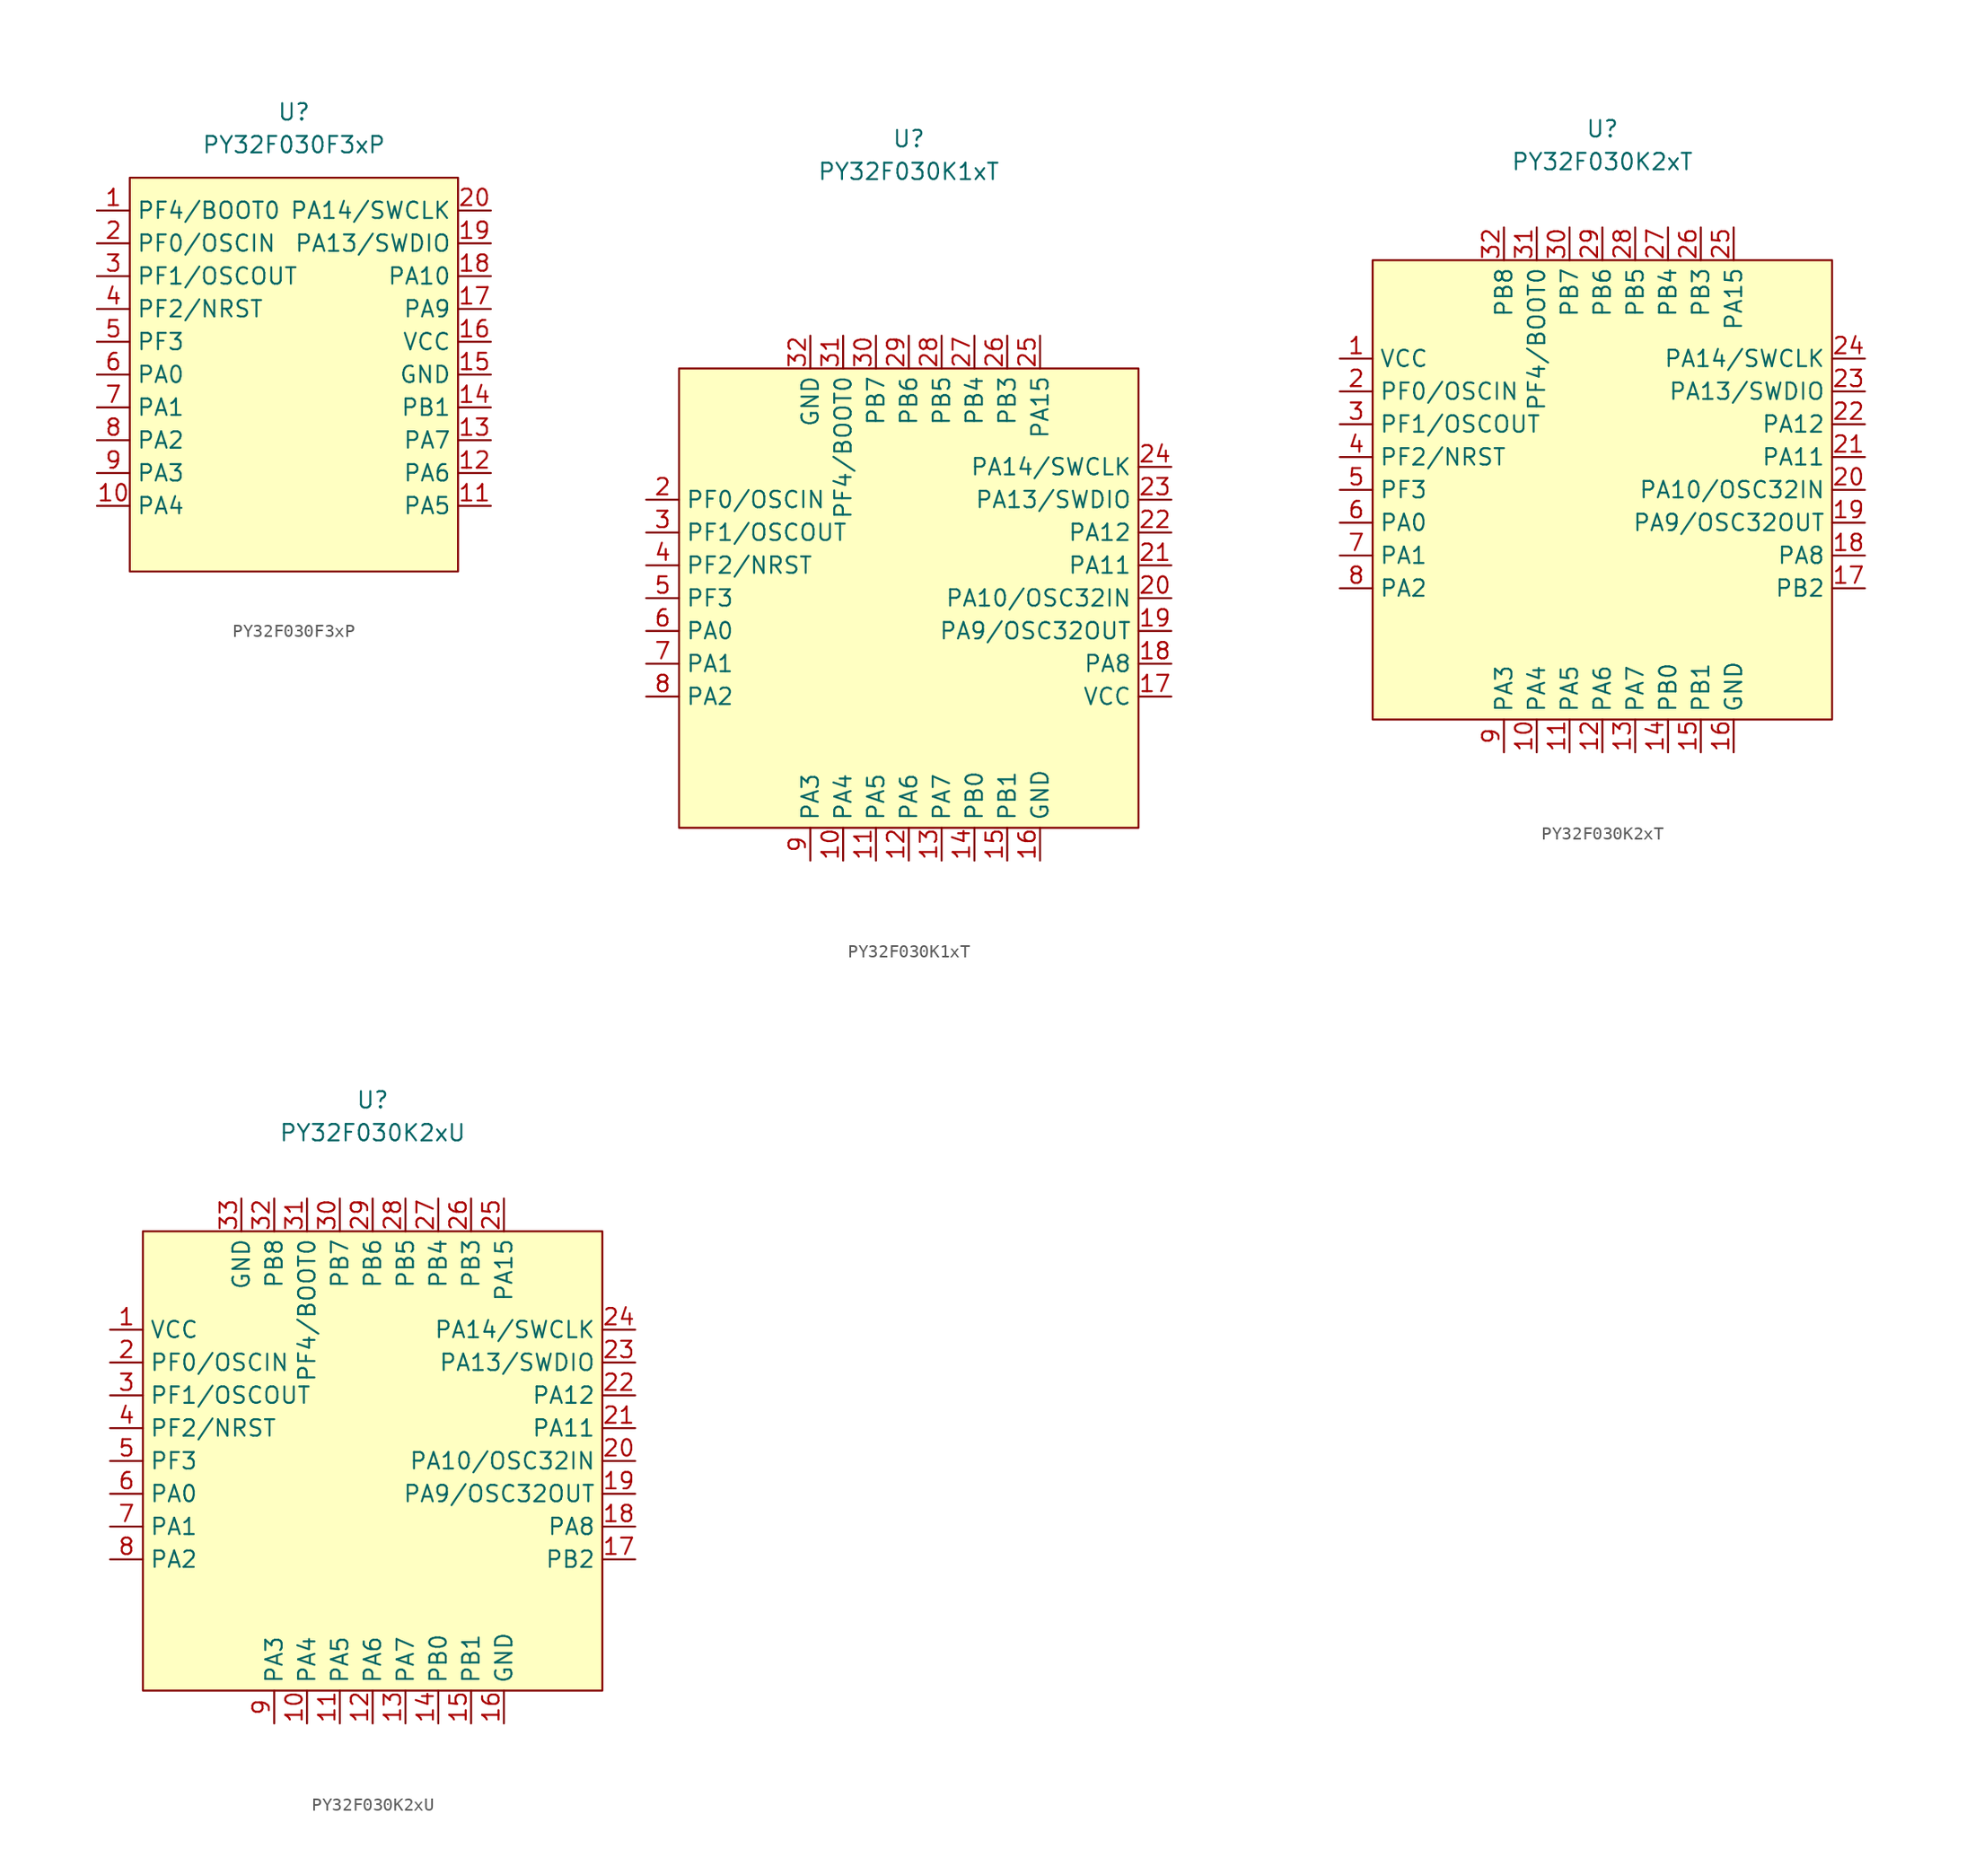
<source format=kicad_sym>
(kicad_symbol_lib
  (version 20220914)
  (generator kicad_symbol_editor)
  (symbol "PY32F030F3xP"
    (property "Reference" "U"
      (at 0 20.32 0)
      (effects (font (size 1.27 1.27))))
    (property "Value" "PY32F030F3xP"
      (at 0 17.78 0)
      (effects (font (size 1.27 1.27))))
    (symbol "PY32F030F3xP_0_1"
      (rectangle (start -12.7 15.24) (end 12.7 -15.24) (stroke (width 0) (type default)) (fill (type background))))
    (symbol "PY32F030F3xP_1_1"
      (pin bidirectional line (at -15.24 12.7 0) (length 2.54) (name "PF4/BOOT0" (effects (font (size 1.27 1.27)))) (number "1" (effects (font (size 1.27 1.27)))))
      (pin bidirectional line (at -15.24 -10.16 0) (length 2.54) (name "PA4" (effects (font (size 1.27 1.27)))) (number "10" (effects (font (size 1.27 1.27)))))
      (pin bidirectional line (at 15.24 -10.16 180) (length 2.54) (name "PA5" (effects (font (size 1.27 1.27)))) (number "11" (effects (font (size 1.27 1.27)))))
      (pin bidirectional line (at 15.24 -7.62 180) (length 2.54) (name "PA6" (effects (font (size 1.27 1.27)))) (number "12" (effects (font (size 1.27 1.27)))))
      (pin bidirectional line (at 15.24 -5.08 180) (length 2.54) (name "PA7" (effects (font (size 1.27 1.27)))) (number "13" (effects (font (size 1.27 1.27)))))
      (pin bidirectional line (at 15.24 -2.54 180) (length 2.54) (name "PB1" (effects (font (size 1.27 1.27)))) (number "14" (effects (font (size 1.27 1.27)))))
      (pin power_in line (at 15.24 0 180) (length 2.54) (name "GND" (effects (font (size 1.27 1.27)))) (number "15" (effects (font (size 1.27 1.27)))))
      (pin power_in line (at 15.24 2.54 180) (length 2.54) (name "VCC" (effects (font (size 1.27 1.27)))) (number "16" (effects (font (size 1.27 1.27)))))
      (pin bidirectional line (at 15.24 5.08 180) (length 2.54) (name "PA9" (effects (font (size 1.27 1.27)))) (number "17" (effects (font (size 1.27 1.27)))))
      (pin bidirectional line (at 15.24 7.62 180) (length 2.54) (name "PA10" (effects (font (size 1.27 1.27)))) (number "18" (effects (font (size 1.27 1.27)))))
      (pin bidirectional line (at 15.24 10.16 180) (length 2.54) (name "PA13/SWDIO" (effects (font (size 1.27 1.27)))) (number "19" (effects (font (size 1.27 1.27)))))
      (pin bidirectional line (at -15.24 10.16 0) (length 2.54) (name "PF0/OSCIN" (effects (font (size 1.27 1.27)))) (number "2" (effects (font (size 1.27 1.27)))))
      (pin bidirectional line (at 15.24 12.7 180) (length 2.54) (name "PA14/SWCLK" (effects (font (size 1.27 1.27)))) (number "20" (effects (font (size 1.27 1.27)))))
      (pin bidirectional line (at -15.24 7.62 0) (length 2.54) (name "PF1/OSCOUT" (effects (font (size 1.27 1.27)))) (number "3" (effects (font (size 1.27 1.27)))))
      (pin bidirectional line (at -15.24 5.08 0) (length 2.54) (name "PF2/NRST" (effects (font (size 1.27 1.27)))) (number "4" (effects (font (size 1.27 1.27)))))
      (pin bidirectional line (at -15.24 2.54 0) (length 2.54) (name "PF3" (effects (font (size 1.27 1.27)))) (number "5" (effects (font (size 1.27 1.27)))))
      (pin bidirectional line (at -15.24 0 0) (length 2.54) (name "PA0" (effects (font (size 1.27 1.27)))) (number "6" (effects (font (size 1.27 1.27)))))
      (pin bidirectional line (at -15.24 -2.54 0) (length 2.54) (name "PA1" (effects (font (size 1.27 1.27)))) (number "7" (effects (font (size 1.27 1.27)))))
      (pin bidirectional line (at -15.24 -5.08 0) (length 2.54) (name "PA2" (effects (font (size 1.27 1.27)))) (number "8" (effects (font (size 1.27 1.27)))))
      (pin bidirectional line (at -15.24 -7.62 0) (length 2.54) (name "PA3" (effects (font (size 1.27 1.27)))) (number "9" (effects (font (size 1.27 1.27)))))))
  (symbol "PY32F030K1xT"
    (property "Reference" "U"
      (at 0 35.56 0)
      (effects (font (size 1.27 1.27))))
    (property "Value" "PY32F030K1xT"
      (at 0 33.02 0)
      (effects (font (size 1.27 1.27))))
    (symbol "PY32F030K1xT_0_1"
      (rectangle (start -17.78 17.78) (end 17.78 -17.78) (stroke (width 0) (type default)) (fill (type background))))
    (symbol "PY32F030K1xT_1_1"
      (pin no_connect line (at -17.78 10.16 0) (length 2.54) hide (name "NC" (effects (font (size 1.27 1.27)))) (number "1" (effects (font (size 1.27 1.27)))))
      (pin bidirectional line (at -5.08 -20.32 90) (length 2.54) (name "PA4" (effects (font (size 1.27 1.27)))) (number "10" (effects (font (size 1.27 1.27)))))
      (pin bidirectional line (at -2.54 -20.32 90) (length 2.54) (name "PA5" (effects (font (size 1.27 1.27)))) (number "11" (effects (font (size 1.27 1.27)))))
      (pin bidirectional line (at 0 -20.32 90) (length 2.54) (name "PA6" (effects (font (size 1.27 1.27)))) (number "12" (effects (font (size 1.27 1.27)))))
      (pin bidirectional line (at 2.54 -20.32 90) (length 2.54) (name "PA7" (effects (font (size 1.27 1.27)))) (number "13" (effects (font (size 1.27 1.27)))))
      (pin bidirectional line (at 5.08 -20.32 90) (length 2.54) (name "PB0" (effects (font (size 1.27 1.27)))) (number "14" (effects (font (size 1.27 1.27)))))
      (pin bidirectional line (at 7.62 -20.32 90) (length 2.54) (name "PB1" (effects (font (size 1.27 1.27)))) (number "15" (effects (font (size 1.27 1.27)))))
      (pin power_in line (at 10.16 -20.32 90) (length 2.54) (name "GND" (effects (font (size 1.27 1.27)))) (number "16" (effects (font (size 1.27 1.27)))))
      (pin power_in line (at 20.32 -7.62 180) (length 2.54) (name "VCC" (effects (font (size 1.27 1.27)))) (number "17" (effects (font (size 1.27 1.27)))))
      (pin bidirectional line (at 20.32 -5.08 180) (length 2.54) (name "PA8" (effects (font (size 1.27 1.27)))) (number "18" (effects (font (size 1.27 1.27)))))
      (pin bidirectional line (at 20.32 -2.54 180) (length 2.54) (name "PA9/OSC32OUT" (effects (font (size 1.27 1.27)))) (number "19" (effects (font (size 1.27 1.27)))))
      (pin bidirectional line (at -20.32 7.62 0) (length 2.54) (name "PF0/OSCIN" (effects (font (size 1.27 1.27)))) (number "2" (effects (font (size 1.27 1.27)))))
      (pin bidirectional line (at 20.32 0 180) (length 2.54) (name "PA10/OSC32IN" (effects (font (size 1.27 1.27)))) (number "20" (effects (font (size 1.27 1.27)))))
      (pin bidirectional line (at 20.32 2.54 180) (length 2.54) (name "PA11" (effects (font (size 1.27 1.27)))) (number "21" (effects (font (size 1.27 1.27)))))
      (pin bidirectional line (at 20.32 5.08 180) (length 2.54) (name "PA12" (effects (font (size 1.27 1.27)))) (number "22" (effects (font (size 1.27 1.27)))))
      (pin bidirectional line (at 20.32 7.62 180) (length 2.54) (name "PA13/SWDIO" (effects (font (size 1.27 1.27)))) (number "23" (effects (font (size 1.27 1.27)))))
      (pin bidirectional line (at 20.32 10.16 180) (length 2.54) (name "PA14/SWCLK" (effects (font (size 1.27 1.27)))) (number "24" (effects (font (size 1.27 1.27)))))
      (pin bidirectional line (at 10.16 20.32 270) (length 2.54) (name "PA15" (effects (font (size 1.27 1.27)))) (number "25" (effects (font (size 1.27 1.27)))))
      (pin bidirectional line (at 7.62 20.32 270) (length 2.54) (name "PB3" (effects (font (size 1.27 1.27)))) (number "26" (effects (font (size 1.27 1.27)))))
      (pin bidirectional line (at 5.08 20.32 270) (length 2.54) (name "PB4" (effects (font (size 1.27 1.27)))) (number "27" (effects (font (size 1.27 1.27)))))
      (pin bidirectional line (at 2.54 20.32 270) (length 2.54) (name "PB5" (effects (font (size 1.27 1.27)))) (number "28" (effects (font (size 1.27 1.27)))))
      (pin bidirectional line (at 0 20.32 270) (length 2.54) (name "PB6" (effects (font (size 1.27 1.27)))) (number "29" (effects (font (size 1.27 1.27)))))
      (pin bidirectional line (at -20.32 5.08 0) (length 2.54) (name "PF1/OSCOUT" (effects (font (size 1.27 1.27)))) (number "3" (effects (font (size 1.27 1.27)))))
      (pin bidirectional line (at -2.54 20.32 270) (length 2.54) (name "PB7" (effects (font (size 1.27 1.27)))) (number "30" (effects (font (size 1.27 1.27)))))
      (pin bidirectional line (at -5.08 20.32 270) (length 2.54) (name "PF4/BOOT0" (effects (font (size 1.27 1.27)))) (number "31" (effects (font (size 1.27 1.27)))))
      (pin power_in line (at -7.62 20.32 270) (length 2.54) (name "GND" (effects (font (size 1.27 1.27)))) (number "32" (effects (font (size 1.27 1.27)))))
      (pin bidirectional line (at -20.32 2.54 0) (length 2.54) (name "PF2/NRST" (effects (font (size 1.27 1.27)))) (number "4" (effects (font (size 1.27 1.27)))))
      (pin bidirectional line (at -20.32 0 0) (length 2.54) (name "PF3" (effects (font (size 1.27 1.27)))) (number "5" (effects (font (size 1.27 1.27)))))
      (pin bidirectional line (at -20.32 -2.54 0) (length 2.54) (name "PA0" (effects (font (size 1.27 1.27)))) (number "6" (effects (font (size 1.27 1.27)))))
      (pin bidirectional line (at -20.32 -5.08 0) (length 2.54) (name "PA1" (effects (font (size 1.27 1.27)))) (number "7" (effects (font (size 1.27 1.27)))))
      (pin bidirectional line (at -20.32 -7.62 0) (length 2.54) (name "PA2" (effects (font (size 1.27 1.27)))) (number "8" (effects (font (size 1.27 1.27)))))
      (pin bidirectional line (at -7.62 -20.32 90) (length 2.54) (name "PA3" (effects (font (size 1.27 1.27)))) (number "9" (effects (font (size 1.27 1.27)))))))
  (symbol "PY32F030K2xT"
    (property "Reference" "U"
      (at 0 27.94 0)
      (effects (font (size 1.27 1.27))))
    (property "Value" "PY32F030K2xT"
      (at 0 25.4 0)
      (effects (font (size 1.27 1.27))))
    (symbol "PY32F030K2xT_0_1"
      (rectangle (start -17.78 17.78) (end 17.78 -17.78) (stroke (width 0) (type default)) (fill (type background))))
    (symbol "PY32F030K2xT_1_1"
      (pin power_in line (at -20.32 10.16 0) (length 2.54) (name "VCC" (effects (font (size 1.27 1.27)))) (number "1" (effects (font (size 1.27 1.27)))))
      (pin bidirectional line (at -5.08 -20.32 90) (length 2.54) (name "PA4" (effects (font (size 1.27 1.27)))) (number "10" (effects (font (size 1.27 1.27)))))
      (pin bidirectional line (at -2.54 -20.32 90) (length 2.54) (name "PA5" (effects (font (size 1.27 1.27)))) (number "11" (effects (font (size 1.27 1.27)))))
      (pin bidirectional line (at 0 -20.32 90) (length 2.54) (name "PA6" (effects (font (size 1.27 1.27)))) (number "12" (effects (font (size 1.27 1.27)))))
      (pin bidirectional line (at 2.54 -20.32 90) (length 2.54) (name "PA7" (effects (font (size 1.27 1.27)))) (number "13" (effects (font (size 1.27 1.27)))))
      (pin bidirectional line (at 5.08 -20.32 90) (length 2.54) (name "PB0" (effects (font (size 1.27 1.27)))) (number "14" (effects (font (size 1.27 1.27)))))
      (pin bidirectional line (at 7.62 -20.32 90) (length 2.54) (name "PB1" (effects (font (size 1.27 1.27)))) (number "15" (effects (font (size 1.27 1.27)))))
      (pin power_in line (at 10.16 -20.32 90) (length 2.54) (name "GND" (effects (font (size 1.27 1.27)))) (number "16" (effects (font (size 1.27 1.27)))))
      (pin bidirectional line (at 20.32 -7.62 180) (length 2.54) (name "PB2" (effects (font (size 1.27 1.27)))) (number "17" (effects (font (size 1.27 1.27)))))
      (pin bidirectional line (at 20.32 -5.08 180) (length 2.54) (name "PA8" (effects (font (size 1.27 1.27)))) (number "18" (effects (font (size 1.27 1.27)))))
      (pin bidirectional line (at 20.32 -2.54 180) (length 2.54) (name "PA9/OSC32OUT" (effects (font (size 1.27 1.27)))) (number "19" (effects (font (size 1.27 1.27)))))
      (pin bidirectional line (at -20.32 7.62 0) (length 2.54) (name "PF0/OSCIN" (effects (font (size 1.27 1.27)))) (number "2" (effects (font (size 1.27 1.27)))))
      (pin bidirectional line (at 20.32 0 180) (length 2.54) (name "PA10/OSC32IN" (effects (font (size 1.27 1.27)))) (number "20" (effects (font (size 1.27 1.27)))))
      (pin bidirectional line (at 20.32 2.54 180) (length 2.54) (name "PA11" (effects (font (size 1.27 1.27)))) (number "21" (effects (font (size 1.27 1.27)))))
      (pin bidirectional line (at 20.32 5.08 180) (length 2.54) (name "PA12" (effects (font (size 1.27 1.27)))) (number "22" (effects (font (size 1.27 1.27)))))
      (pin bidirectional line (at 20.32 7.62 180) (length 2.54) (name "PA13/SWDIO" (effects (font (size 1.27 1.27)))) (number "23" (effects (font (size 1.27 1.27)))))
      (pin bidirectional line (at 20.32 10.16 180) (length 2.54) (name "PA14/SWCLK" (effects (font (size 1.27 1.27)))) (number "24" (effects (font (size 1.27 1.27)))))
      (pin bidirectional line (at 10.16 20.32 270) (length 2.54) (name "PA15" (effects (font (size 1.27 1.27)))) (number "25" (effects (font (size 1.27 1.27)))))
      (pin bidirectional line (at 7.62 20.32 270) (length 2.54) (name "PB3" (effects (font (size 1.27 1.27)))) (number "26" (effects (font (size 1.27 1.27)))))
      (pin bidirectional line (at 5.08 20.32 270) (length 2.54) (name "PB4" (effects (font (size 1.27 1.27)))) (number "27" (effects (font (size 1.27 1.27)))))
      (pin bidirectional line (at 2.54 20.32 270) (length 2.54) (name "PB5" (effects (font (size 1.27 1.27)))) (number "28" (effects (font (size 1.27 1.27)))))
      (pin bidirectional line (at 0 20.32 270) (length 2.54) (name "PB6" (effects (font (size 1.27 1.27)))) (number "29" (effects (font (size 1.27 1.27)))))
      (pin bidirectional line (at -20.32 5.08 0) (length 2.54) (name "PF1/OSCOUT" (effects (font (size 1.27 1.27)))) (number "3" (effects (font (size 1.27 1.27)))))
      (pin bidirectional line (at -2.54 20.32 270) (length 2.54) (name "PB7" (effects (font (size 1.27 1.27)))) (number "30" (effects (font (size 1.27 1.27)))))
      (pin bidirectional line (at -5.08 20.32 270) (length 2.54) (name "PF4/BOOT0" (effects (font (size 1.27 1.27)))) (number "31" (effects (font (size 1.27 1.27)))))
      (pin bidirectional line (at -7.62 20.32 270) (length 2.54) (name "PB8" (effects (font (size 1.27 1.27)))) (number "32" (effects (font (size 1.27 1.27)))))
      (pin bidirectional line (at -20.32 2.54 0) (length 2.54) (name "PF2/NRST" (effects (font (size 1.27 1.27)))) (number "4" (effects (font (size 1.27 1.27)))))
      (pin bidirectional line (at -20.32 0 0) (length 2.54) (name "PF3" (effects (font (size 1.27 1.27)))) (number "5" (effects (font (size 1.27 1.27)))))
      (pin bidirectional line (at -20.32 -2.54 0) (length 2.54) (name "PA0" (effects (font (size 1.27 1.27)))) (number "6" (effects (font (size 1.27 1.27)))))
      (pin bidirectional line (at -20.32 -5.08 0) (length 2.54) (name "PA1" (effects (font (size 1.27 1.27)))) (number "7" (effects (font (size 1.27 1.27)))))
      (pin bidirectional line (at -20.32 -7.62 0) (length 2.54) (name "PA2" (effects (font (size 1.27 1.27)))) (number "8" (effects (font (size 1.27 1.27)))))
      (pin bidirectional line (at -7.62 -20.32 90) (length 2.54) (name "PA3" (effects (font (size 1.27 1.27)))) (number "9" (effects (font (size 1.27 1.27)))))))
  (symbol "PY32F030K2xU"
    (property "Reference" "U"
      (at 0 27.94 0)
      (effects (font (size 1.27 1.27))))
    (property "Value" "PY32F030K2xU"
      (at 0 25.4 0)
      (effects (font (size 1.27 1.27))))
    (symbol "PY32F030K2xU_0_1"
      (rectangle (start -17.78 17.78) (end 17.78 -17.78) (stroke (width 0) (type default)) (fill (type background))))
    (symbol "PY32F030K2xU_1_1"
      (pin power_in line (at -20.32 10.16 0) (length 2.54) (name "VCC" (effects (font (size 1.27 1.27)))) (number "1" (effects (font (size 1.27 1.27)))))
      (pin bidirectional line (at -5.08 -20.32 90) (length 2.54) (name "PA4" (effects (font (size 1.27 1.27)))) (number "10" (effects (font (size 1.27 1.27)))))
      (pin bidirectional line (at -2.54 -20.32 90) (length 2.54) (name "PA5" (effects (font (size 1.27 1.27)))) (number "11" (effects (font (size 1.27 1.27)))))
      (pin bidirectional line (at 0 -20.32 90) (length 2.54) (name "PA6" (effects (font (size 1.27 1.27)))) (number "12" (effects (font (size 1.27 1.27)))))
      (pin bidirectional line (at 2.54 -20.32 90) (length 2.54) (name "PA7" (effects (font (size 1.27 1.27)))) (number "13" (effects (font (size 1.27 1.27)))))
      (pin bidirectional line (at 5.08 -20.32 90) (length 2.54) (name "PB0" (effects (font (size 1.27 1.27)))) (number "14" (effects (font (size 1.27 1.27)))))
      (pin bidirectional line (at 7.62 -20.32 90) (length 2.54) (name "PB1" (effects (font (size 1.27 1.27)))) (number "15" (effects (font (size 1.27 1.27)))))
      (pin power_in line (at 10.16 -20.32 90) (length 2.54) (name "GND" (effects (font (size 1.27 1.27)))) (number "16" (effects (font (size 1.27 1.27)))))
      (pin bidirectional line (at 20.32 -7.62 180) (length 2.54) (name "PB2" (effects (font (size 1.27 1.27)))) (number "17" (effects (font (size 1.27 1.27)))))
      (pin bidirectional line (at 20.32 -5.08 180) (length 2.54) (name "PA8" (effects (font (size 1.27 1.27)))) (number "18" (effects (font (size 1.27 1.27)))))
      (pin bidirectional line (at 20.32 -2.54 180) (length 2.54) (name "PA9/OSC32OUT" (effects (font (size 1.27 1.27)))) (number "19" (effects (font (size 1.27 1.27)))))
      (pin bidirectional line (at -20.32 7.62 0) (length 2.54) (name "PF0/OSCIN" (effects (font (size 1.27 1.27)))) (number "2" (effects (font (size 1.27 1.27)))))
      (pin bidirectional line (at 20.32 0 180) (length 2.54) (name "PA10/OSC32IN" (effects (font (size 1.27 1.27)))) (number "20" (effects (font (size 1.27 1.27)))))
      (pin bidirectional line (at 20.32 2.54 180) (length 2.54) (name "PA11" (effects (font (size 1.27 1.27)))) (number "21" (effects (font (size 1.27 1.27)))))
      (pin bidirectional line (at 20.32 5.08 180) (length 2.54) (name "PA12" (effects (font (size 1.27 1.27)))) (number "22" (effects (font (size 1.27 1.27)))))
      (pin bidirectional line (at 20.32 7.62 180) (length 2.54) (name "PA13/SWDIO" (effects (font (size 1.27 1.27)))) (number "23" (effects (font (size 1.27 1.27)))))
      (pin bidirectional line (at 20.32 10.16 180) (length 2.54) (name "PA14/SWCLK" (effects (font (size 1.27 1.27)))) (number "24" (effects (font (size 1.27 1.27)))))
      (pin bidirectional line (at 10.16 20.32 270) (length 2.54) (name "PA15" (effects (font (size 1.27 1.27)))) (number "25" (effects (font (size 1.27 1.27)))))
      (pin bidirectional line (at 7.62 20.32 270) (length 2.54) (name "PB3" (effects (font (size 1.27 1.27)))) (number "26" (effects (font (size 1.27 1.27)))))
      (pin bidirectional line (at 5.08 20.32 270) (length 2.54) (name "PB4" (effects (font (size 1.27 1.27)))) (number "27" (effects (font (size 1.27 1.27)))))
      (pin bidirectional line (at 2.54 20.32 270) (length 2.54) (name "PB5" (effects (font (size 1.27 1.27)))) (number "28" (effects (font (size 1.27 1.27)))))
      (pin bidirectional line (at 0 20.32 270) (length 2.54) (name "PB6" (effects (font (size 1.27 1.27)))) (number "29" (effects (font (size 1.27 1.27)))))
      (pin bidirectional line (at -20.32 5.08 0) (length 2.54) (name "PF1/OSCOUT" (effects (font (size 1.27 1.27)))) (number "3" (effects (font (size 1.27 1.27)))))
      (pin bidirectional line (at -2.54 20.32 270) (length 2.54) (name "PB7" (effects (font (size 1.27 1.27)))) (number "30" (effects (font (size 1.27 1.27)))))
      (pin bidirectional line (at -5.08 20.32 270) (length 2.54) (name "PF4/BOOT0" (effects (font (size 1.27 1.27)))) (number "31" (effects (font (size 1.27 1.27)))))
      (pin bidirectional line (at -7.62 20.32 270) (length 2.54) (name "PB8" (effects (font (size 1.27 1.27)))) (number "32" (effects (font (size 1.27 1.27)))))
      (pin bidirectional line (at -10.16 20.32 270) (length 2.54) (name "GND" (effects (font (size 1.27 1.27)))) (number "33" (effects (font (size 1.27 1.27)))))
      (pin bidirectional line (at -20.32 2.54 0) (length 2.54) (name "PF2/NRST" (effects (font (size 1.27 1.27)))) (number "4" (effects (font (size 1.27 1.27)))))
      (pin bidirectional line (at -20.32 0 0) (length 2.54) (name "PF3" (effects (font (size 1.27 1.27)))) (number "5" (effects (font (size 1.27 1.27)))))
      (pin bidirectional line (at -20.32 -2.54 0) (length 2.54) (name "PA0" (effects (font (size 1.27 1.27)))) (number "6" (effects (font (size 1.27 1.27)))))
      (pin bidirectional line (at -20.32 -5.08 0) (length 2.54) (name "PA1" (effects (font (size 1.27 1.27)))) (number "7" (effects (font (size 1.27 1.27)))))
      (pin bidirectional line (at -20.32 -7.62 0) (length 2.54) (name "PA2" (effects (font (size 1.27 1.27)))) (number "8" (effects (font (size 1.27 1.27)))))
      (pin bidirectional line (at -7.62 -20.32 90) (length 2.54) (name "PA3" (effects (font (size 1.27 1.27)))) (number "9" (effects (font (size 1.27 1.27))))))))
</source>
